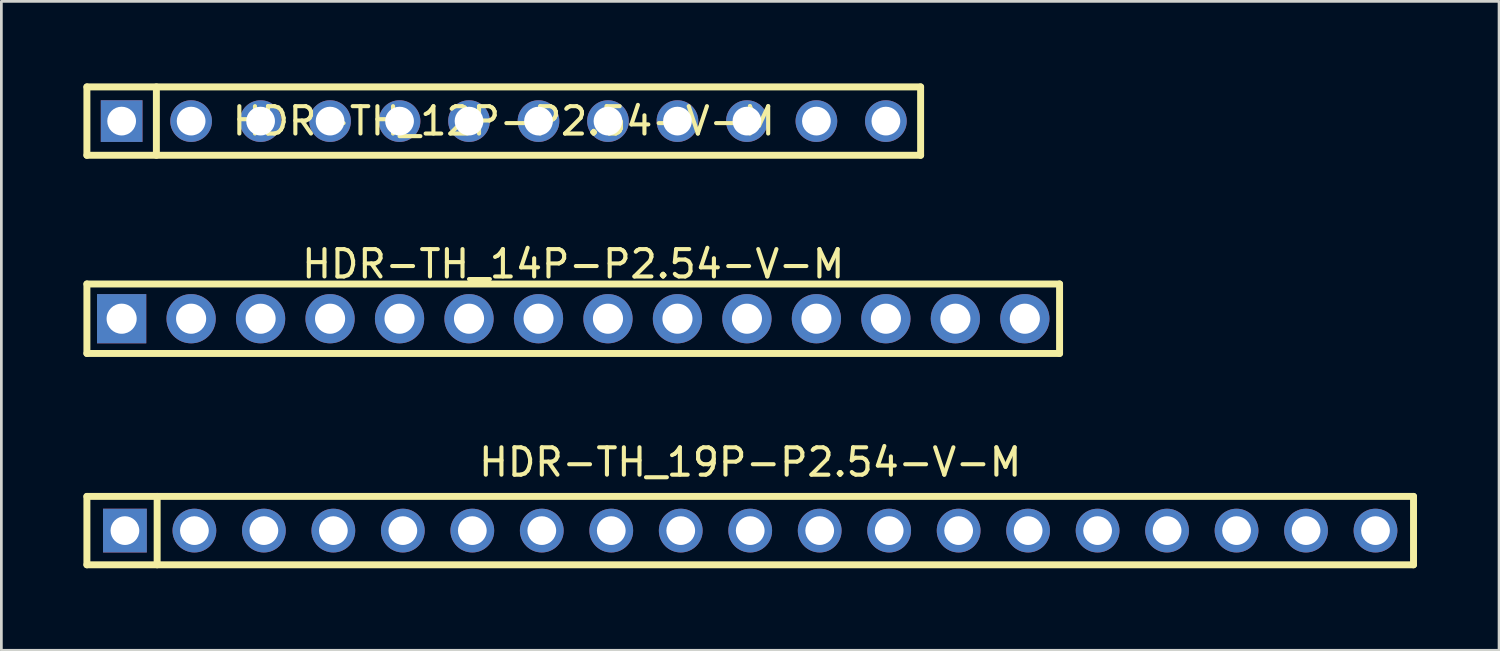
<source format=kicad_pcb>
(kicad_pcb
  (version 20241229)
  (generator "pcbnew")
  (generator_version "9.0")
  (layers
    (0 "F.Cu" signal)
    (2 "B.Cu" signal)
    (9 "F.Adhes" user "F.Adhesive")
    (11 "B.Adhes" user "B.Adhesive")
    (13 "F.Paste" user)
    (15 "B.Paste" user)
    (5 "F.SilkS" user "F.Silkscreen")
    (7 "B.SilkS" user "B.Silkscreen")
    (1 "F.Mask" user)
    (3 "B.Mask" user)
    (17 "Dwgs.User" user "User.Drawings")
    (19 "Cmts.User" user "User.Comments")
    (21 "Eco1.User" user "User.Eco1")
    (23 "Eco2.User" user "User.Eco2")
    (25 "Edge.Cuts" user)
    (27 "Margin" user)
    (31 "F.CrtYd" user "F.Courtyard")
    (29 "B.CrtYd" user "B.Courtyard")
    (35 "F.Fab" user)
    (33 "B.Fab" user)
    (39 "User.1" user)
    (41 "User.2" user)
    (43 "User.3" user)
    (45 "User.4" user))
  (footprint "HDR-TH_12P-P2.54-V-M"
    (layer "F.Cu")
    (at 15.367 1.377)
    (property "Reference" "HDR-TH_12P-P2.54-V-M" (at 0 0 0) (layer "F.SilkS") (effects (font (size 1 1) (thickness 0.15))))
    (fp_line (start -15.24 -1.25) (end -15.24 1.25) (stroke (width 0.254) (type default)) (layer "F.SilkS"))
    (fp_line (start -15.24 1.25) (end 15.24 1.25) (stroke (width 0.254) (type default)) (layer "F.SilkS"))
    (fp_line (start -12.7 -1.25) (end -12.7 1.25) (stroke (width 0.254) (type default)) (layer "F.SilkS"))
    (fp_line (start 15.24 -1.25) (end -15.24 -1.25) (stroke (width 0.254) (type default)) (layer "F.SilkS"))
    (fp_line (start 15.24 1.25) (end 15.24 -1.25) (stroke (width 0.254) (type default)) (layer "F.SilkS"))
    (fp_poly (pts (xy -14.29 -0.32) (xy -13.65 -0.32) (xy -13.65 0.32) (xy -14.29 0.32)) (stroke (width 0.1) (type default)) (fill no) (layer "User.1"))
    (fp_poly (pts (xy -11.75 -0.32) (xy -11.11 -0.32) (xy -11.11 0.32) (xy -11.75 0.32)) (stroke (width 0.1) (type default)) (fill no) (layer "User.1"))
    (fp_poly (pts (xy -9.21 -0.32) (xy -8.57 -0.32) (xy -8.57 0.32) (xy -9.21 0.32)) (stroke (width 0.1) (type default)) (fill no) (layer "User.1"))
    (fp_poly (pts (xy -6.67 -0.32) (xy -6.03 -0.32) (xy -6.03 0.32) (xy -6.67 0.32)) (stroke (width 0.1) (type default)) (fill no) (layer "User.1"))
    (fp_poly (pts (xy -4.13 -0.32) (xy -3.49 -0.32) (xy -3.49 0.32) (xy -4.13 0.32)) (stroke (width 0.1) (type default)) (fill no) (layer "User.1"))
    (fp_poly (pts (xy -1.59 -0.32) (xy -0.95 -0.32) (xy -0.95 0.32) (xy -1.59 0.32)) (stroke (width 0.1) (type default)) (fill no) (layer "User.1"))
    (fp_poly (pts (xy 0.95 -0.32) (xy 1.59 -0.32) (xy 1.59 0.32) (xy 0.95 0.32)) (stroke (width 0.1) (type default)) (fill no) (layer "User.1"))
    (fp_poly (pts (xy 3.49 -0.32) (xy 4.13 -0.32) (xy 4.13 0.32) (xy 3.49 0.32)) (stroke (width 0.1) (type default)) (fill no) (layer "User.1"))
    (fp_poly (pts (xy 6.03 -0.32) (xy 6.67 -0.32) (xy 6.67 0.32) (xy 6.03 0.32)) (stroke (width 0.1) (type default)) (fill no) (layer "User.1"))
    (fp_poly (pts (xy 8.57 -0.32) (xy 9.21 -0.32) (xy 9.21 0.32) (xy 8.57 0.32)) (stroke (width 0.1) (type default)) (fill no) (layer "User.1"))
    (fp_poly (pts (xy 11.11 -0.32) (xy 11.75 -0.32) (xy 11.75 0.32) (xy 11.11 0.32)) (stroke (width 0.1) (type default)) (fill no) (layer "User.1"))
    (fp_poly (pts (xy 13.65 -0.32) (xy 14.29 -0.32) (xy 14.29 0.32) (xy 13.65 0.32)) (stroke (width 0.1) (type default)) (fill no) (layer "User.1"))
    (fp_line (start -15.24 -1.25) (end 15.24 -1.25) (stroke (width 0.051) (type default)) (layer "User.2"))
    (fp_line (start -15.24 1.25) (end -15.24 -1.25) (stroke (width 0.051) (type default)) (layer "User.2"))
    (fp_line (start 15.24 -1.25) (end 15.24 1.25) (stroke (width 0.051) (type default)) (layer "User.2"))
    (fp_line (start 15.24 1.25) (end -15.24 1.25) (stroke (width 0.051) (type default)) (layer "User.2"))
    (fp_poly (pts (xy -15.18 1.25) (xy -15.198 1.208) (xy -15.24 1.19) (xy -15.282 1.208) (xy -15.3 1.25) (xy -15.282 1.292) (xy -15.24 1.31) (xy -15.198 1.292)) (stroke (width 0.1) (type default)) (fill no) (layer "User.3"))
    (pad "1" thru_hole rect (at -13.97 0) (size 1.524 1.524) (drill 1.05) (layers "*.Cu" "*.Mask"))
    (pad "2" thru_hole circle (at -11.43 0) (size 1.524 1.524) (drill 1.05) (layers "*.Cu" "*.Mask"))
    (pad "3" thru_hole circle (at -8.89 0) (size 1.524 1.524) (drill 1.05) (layers "*.Cu" "*.Mask"))
    (pad "4" thru_hole circle (at -6.35 0) (size 1.524 1.524) (drill 1.05) (layers "*.Cu" "*.Mask"))
    (pad "5" thru_hole circle (at -3.81 0) (size 1.524 1.524) (drill 1.05) (layers "*.Cu" "*.Mask"))
    (pad "6" thru_hole circle (at -1.27 0) (size 1.524 1.524) (drill 1.05) (layers "*.Cu" "*.Mask"))
    (pad "7" thru_hole circle (at 1.27 0) (size 1.524 1.524) (drill 1.05) (layers "*.Cu" "*.Mask"))
    (pad "8" thru_hole circle (at 3.81 0) (size 1.524 1.524) (drill 1.05) (layers "*.Cu" "*.Mask"))
    (pad "9" thru_hole circle (at 6.35 0) (size 1.524 1.524) (drill 1.05) (layers "*.Cu" "*.Mask"))
    (pad "10" thru_hole circle (at 8.89 0) (size 1.524 1.524) (drill 1.05) (layers "*.Cu" "*.Mask"))
    (pad "11" thru_hole circle (at 11.43 0) (size 1.524 1.524) (drill 1.05) (layers "*.Cu" "*.Mask"))
    (pad "12" thru_hole circle (at 13.97 0) (size 1.524 1.524) (drill 1.05) (layers "*.Cu" "*.Mask")))
  (footprint "HDR-TH_14P-P2.54-V-M"
    (layer "F.Cu")
    (at 17.907 8.602)
    (property "Reference" "HDR-TH_14P-P2.54-V-M" (at 0 -2 0) (layer "F.SilkS") (effects (font (size 1 1) (thickness 0.15))))
    (fp_line (start -17.78 -1.27) (end -17.78 1.27) (stroke (width 0.254) (type default)) (layer "F.SilkS"))
    (fp_line (start -17.78 -1.27) (end 17.78 -1.27) (stroke (width 0.254) (type default)) (layer "F.SilkS"))
    (fp_line (start -17.78 1.27) (end 17.78 1.27) (stroke (width 0.254) (type default)) (layer "F.SilkS"))
    (fp_line (start 17.78 -1.27) (end 17.78 1.27) (stroke (width 0.254) (type default)) (layer "F.SilkS"))
    (fp_poly (pts (xy -16.83 -0.32) (xy -16.19 -0.32) (xy -16.19 0.32) (xy -16.83 0.32)) (stroke (width 0.1) (type default)) (fill no) (layer "User.1"))
    (fp_poly (pts (xy -14.29 -0.32) (xy -13.65 -0.32) (xy -13.65 0.32) (xy -14.29 0.32)) (stroke (width 0.1) (type default)) (fill no) (layer "User.1"))
    (fp_poly (pts (xy -11.75 -0.32) (xy -11.11 -0.32) (xy -11.11 0.32) (xy -11.75 0.32)) (stroke (width 0.1) (type default)) (fill no) (layer "User.1"))
    (fp_poly (pts (xy -9.21 -0.32) (xy -8.57 -0.32) (xy -8.57 0.32) (xy -9.21 0.32)) (stroke (width 0.1) (type default)) (fill no) (layer "User.1"))
    (fp_poly (pts (xy -6.67 -0.32) (xy -6.03 -0.32) (xy -6.03 0.32) (xy -6.67 0.32)) (stroke (width 0.1) (type default)) (fill no) (layer "User.1"))
    (fp_poly (pts (xy -4.13 -0.32) (xy -3.49 -0.32) (xy -3.49 0.32) (xy -4.13 0.32)) (stroke (width 0.1) (type default)) (fill no) (layer "User.1"))
    (fp_poly (pts (xy -1.59 -0.32) (xy -0.95 -0.32) (xy -0.95 0.32) (xy -1.59 0.32)) (stroke (width 0.1) (type default)) (fill no) (layer "User.1"))
    (fp_poly (pts (xy 0.95 -0.32) (xy 1.59 -0.32) (xy 1.59 0.32) (xy 0.95 0.32)) (stroke (width 0.1) (type default)) (fill no) (layer "User.1"))
    (fp_poly (pts (xy 3.49 -0.32) (xy 4.13 -0.32) (xy 4.13 0.32) (xy 3.49 0.32)) (stroke (width 0.1) (type default)) (fill no) (layer "User.1"))
    (fp_poly (pts (xy 6.03 -0.32) (xy 6.67 -0.32) (xy 6.67 0.32) (xy 6.03 0.32)) (stroke (width 0.1) (type default)) (fill no) (layer "User.1"))
    (fp_poly (pts (xy 8.57 -0.32) (xy 9.21 -0.32) (xy 9.21 0.32) (xy 8.57 0.32)) (stroke (width 0.1) (type default)) (fill no) (layer "User.1"))
    (fp_poly (pts (xy 11.11 -0.32) (xy 11.75 -0.32) (xy 11.75 0.32) (xy 11.11 0.32)) (stroke (width 0.1) (type default)) (fill no) (layer "User.1"))
    (fp_poly (pts (xy 13.65 -0.32) (xy 14.29 -0.32) (xy 14.29 0.32) (xy 13.65 0.32)) (stroke (width 0.1) (type default)) (fill no) (layer "User.1"))
    (fp_poly (pts (xy 16.19 -0.32) (xy 16.83 -0.32) (xy 16.83 0.32) (xy 16.19 0.32)) (stroke (width 0.1) (type default)) (fill no) (layer "User.1"))
    (fp_line (start -17.78 -1.27) (end 17.78 -1.27) (stroke (width 0.051) (type default)) (layer "User.2"))
    (fp_line (start -17.78 1.27) (end -17.78 -1.27) (stroke (width 0.051) (type default)) (layer "User.2"))
    (fp_line (start 17.78 -1.27) (end 17.78 1.27) (stroke (width 0.051) (type default)) (layer "User.2"))
    (fp_line (start 17.78 1.27) (end -17.78 1.27) (stroke (width 0.051) (type default)) (layer "User.2"))
    (fp_poly (pts (xy -17.72 1.27) (xy -17.738 1.228) (xy -17.78 1.21) (xy -17.822 1.228) (xy -17.84 1.27) (xy -17.822 1.312) (xy -17.78 1.33) (xy -17.738 1.312)) (stroke (width 0.1) (type default)) (fill no) (layer "User.3"))
    (pad "1" thru_hole rect (at -16.51 0) (size 1.8 1.8) (drill 1.1) (layers "*.Cu" "*.Mask"))
    (pad "2" thru_hole circle (at -13.97 0) (size 1.8 1.8) (drill 1.1) (layers "*.Cu" "*.Mask"))
    (pad "3" thru_hole circle (at -11.43 0) (size 1.8 1.8) (drill 1.1) (layers "*.Cu" "*.Mask"))
    (pad "4" thru_hole circle (at -8.89 0) (size 1.8 1.8) (drill 1.1) (layers "*.Cu" "*.Mask"))
    (pad "5" thru_hole circle (at -6.35 0) (size 1.8 1.8) (drill 1.1) (layers "*.Cu" "*.Mask"))
    (pad "6" thru_hole circle (at -3.81 0) (size 1.8 1.8) (drill 1.1) (layers "*.Cu" "*.Mask"))
    (pad "7" thru_hole circle (at -1.27 0) (size 1.8 1.8) (drill 1.1) (layers "*.Cu" "*.Mask"))
    (pad "8" thru_hole circle (at 1.27 0) (size 1.8 1.8) (drill 1.1) (layers "*.Cu" "*.Mask"))
    (pad "9" thru_hole circle (at 3.81 0) (size 1.8 1.8) (drill 1.1) (layers "*.Cu" "*.Mask"))
    (pad "10" thru_hole circle (at 6.35 0) (size 1.8 1.8) (drill 1.1) (layers "*.Cu" "*.Mask"))
    (pad "11" thru_hole circle (at 8.89 0) (size 1.8 1.8) (drill 1.1) (layers "*.Cu" "*.Mask"))
    (pad "12" thru_hole circle (at 11.43 0) (size 1.8 1.8) (drill 1.1) (layers "*.Cu" "*.Mask"))
    (pad "13" thru_hole circle (at 13.97 0) (size 1.8 1.8) (drill 1.1) (layers "*.Cu" "*.Mask"))
    (pad "14" thru_hole circle (at 16.51 0) (size 1.8 1.8) (drill 1.1) (layers "*.Cu" "*.Mask")))
  (footprint "HDR-TH_19P-P2.54-V-M"
    (layer "F.Cu")
    (at 24.377 16.348)
    (property "Reference" "HDR-TH_19P-P2.54-V-M" (at 0 -2.5 0) (layer "F.SilkS") (effects (font (size 1 1) (thickness 0.15))))
    (fp_line (start -24.25 -1.25) (end 24.25 -1.25) (stroke (width 0.254) (type default)) (layer "F.SilkS"))
    (fp_line (start -24.25 1.25) (end -24.25 -1.25) (stroke (width 0.254) (type default)) (layer "F.SilkS"))
    (fp_line (start -24.25 1.25) (end 24.25 1.25) (stroke (width 0.254) (type default)) (layer "F.SilkS"))
    (fp_line (start -21.682 -1.25) (end -21.682 1.25) (stroke (width 0.254) (type default)) (layer "F.SilkS"))
    (fp_line (start 24.25 1.25) (end 24.25 -1.25) (stroke (width 0.254) (type default)) (layer "F.SilkS"))
    (fp_poly (pts (xy -23.18 -0.32) (xy -22.54 -0.32) (xy -22.54 0.32) (xy -23.18 0.32)) (stroke (width 0.1) (type default)) (fill no) (layer "User.1"))
    (fp_poly (pts (xy -20.64 -0.32) (xy -20 -0.32) (xy -20 0.32) (xy -20.64 0.32)) (stroke (width 0.1) (type default)) (fill no) (layer "User.1"))
    (fp_poly (pts (xy -18.1 -0.32) (xy -17.46 -0.32) (xy -17.46 0.32) (xy -18.1 0.32)) (stroke (width 0.1) (type default)) (fill no) (layer "User.1"))
    (fp_poly (pts (xy -15.56 -0.32) (xy -14.92 -0.32) (xy -14.92 0.32) (xy -15.56 0.32)) (stroke (width 0.1) (type default)) (fill no) (layer "User.1"))
    (fp_poly (pts (xy -13.02 -0.32) (xy -12.38 -0.32) (xy -12.38 0.32) (xy -13.02 0.32)) (stroke (width 0.1) (type default)) (fill no) (layer "User.1"))
    (fp_poly (pts (xy -10.48 -0.32) (xy -9.84 -0.32) (xy -9.84 0.32) (xy -10.48 0.32)) (stroke (width 0.1) (type default)) (fill no) (layer "User.1"))
    (fp_poly (pts (xy -7.94 -0.32) (xy -7.3 -0.32) (xy -7.3 0.32) (xy -7.94 0.32)) (stroke (width 0.1) (type default)) (fill no) (layer "User.1"))
    (fp_poly (pts (xy -5.4 -0.32) (xy -4.76 -0.32) (xy -4.76 0.32) (xy -5.4 0.32)) (stroke (width 0.1) (type default)) (fill no) (layer "User.1"))
    (fp_poly (pts (xy -2.86 -0.32) (xy -2.22 -0.32) (xy -2.22 0.32) (xy -2.86 0.32)) (stroke (width 0.1) (type default)) (fill no) (layer "User.1"))
    (fp_poly (pts (xy -0.32 -0.32) (xy 0.32 -0.32) (xy 0.32 0.32) (xy -0.32 0.32)) (stroke (width 0.1) (type default)) (fill no) (layer "User.1"))
    (fp_poly (pts (xy 2.22 -0.32) (xy 2.86 -0.32) (xy 2.86 0.32) (xy 2.22 0.32)) (stroke (width 0.1) (type default)) (fill no) (layer "User.1"))
    (fp_poly (pts (xy 4.76 -0.32) (xy 5.4 -0.32) (xy 5.4 0.32) (xy 4.76 0.32)) (stroke (width 0.1) (type default)) (fill no) (layer "User.1"))
    (fp_poly (pts (xy 7.3 -0.32) (xy 7.94 -0.32) (xy 7.94 0.32) (xy 7.3 0.32)) (stroke (width 0.1) (type default)) (fill no) (layer "User.1"))
    (fp_poly (pts (xy 9.84 -0.32) (xy 10.48 -0.32) (xy 10.48 0.32) (xy 9.84 0.32)) (stroke (width 0.1) (type default)) (fill no) (layer "User.1"))
    (fp_poly (pts (xy 12.38 -0.32) (xy 13.02 -0.32) (xy 13.02 0.32) (xy 12.38 0.32)) (stroke (width 0.1) (type default)) (fill no) (layer "User.1"))
    (fp_poly (pts (xy 14.92 -0.32) (xy 15.56 -0.32) (xy 15.56 0.32) (xy 14.92 0.32)) (stroke (width 0.1) (type default)) (fill no) (layer "User.1"))
    (fp_poly (pts (xy 17.46 -0.32) (xy 18.1 -0.32) (xy 18.1 0.32) (xy 17.46 0.32)) (stroke (width 0.1) (type default)) (fill no) (layer "User.1"))
    (fp_poly (pts (xy 20 -0.32) (xy 20.64 -0.32) (xy 20.64 0.32) (xy 20 0.32)) (stroke (width 0.1) (type default)) (fill no) (layer "User.1"))
    (fp_poly (pts (xy 22.54 -0.32) (xy 23.18 -0.32) (xy 23.18 0.32) (xy 22.54 0.32)) (stroke (width 0.1) (type default)) (fill no) (layer "User.1"))
    (fp_line (start -24.13 -1.25) (end 24.13 -1.25) (stroke (width 0.051) (type default)) (layer "User.2"))
    (fp_line (start -24.13 1.25) (end -24.13 -1.25) (stroke (width 0.051) (type default)) (layer "User.2"))
    (fp_line (start 24.13 -1.25) (end 24.13 1.25) (stroke (width 0.051) (type default)) (layer "User.2"))
    (fp_line (start 24.13 1.25) (end -24.13 1.25) (stroke (width 0.051) (type default)) (layer "User.2"))
    (fp_poly (pts (xy -24.07 1.25) (xy -24.088 1.208) (xy -24.13 1.19) (xy -24.172 1.208) (xy -24.19 1.25) (xy -24.172 1.292) (xy -24.13 1.31) (xy -24.088 1.292)) (stroke (width 0.1) (type default)) (fill no) (layer "User.3"))
    (pad "1" thru_hole rect (at -22.86 0) (size 1.6 1.6) (drill 1.05) (layers "*.Cu" "*.Mask"))
    (pad "2" thru_hole circle (at -20.32 0) (size 1.6 1.6) (drill 1.05) (layers "*.Cu" "*.Mask"))
    (pad "3" thru_hole circle (at -17.78 0) (size 1.6 1.6) (drill 1.05) (layers "*.Cu" "*.Mask"))
    (pad "4" thru_hole circle (at -15.24 0) (size 1.6 1.6) (drill 1.05) (layers "*.Cu" "*.Mask"))
    (pad "5" thru_hole circle (at -12.7 0) (size 1.6 1.6) (drill 1.05) (layers "*.Cu" "*.Mask"))
    (pad "6" thru_hole circle (at -10.16 0) (size 1.6 1.6) (drill 1.05) (layers "*.Cu" "*.Mask"))
    (pad "7" thru_hole circle (at -7.62 0) (size 1.6 1.6) (drill 1.05) (layers "*.Cu" "*.Mask"))
    (pad "8" thru_hole circle (at -5.08 0) (size 1.6 1.6) (drill 1.05) (layers "*.Cu" "*.Mask"))
    (pad "9" thru_hole circle (at -2.54 0) (size 1.6 1.6) (drill 1.05) (layers "*.Cu" "*.Mask"))
    (pad "10" thru_hole circle (at 0 0) (size 1.6 1.6) (drill 1.05) (layers "*.Cu" "*.Mask"))
    (pad "11" thru_hole circle (at 2.54 0) (size 1.6 1.6) (drill 1.05) (layers "*.Cu" "*.Mask"))
    (pad "12" thru_hole circle (at 5.08 0) (size 1.6 1.6) (drill 1.05) (layers "*.Cu" "*.Mask"))
    (pad "13" thru_hole circle (at 7.62 0) (size 1.6 1.6) (drill 1.05) (layers "*.Cu" "*.Mask"))
    (pad "14" thru_hole circle (at 10.16 0) (size 1.6 1.6) (drill 1.05) (layers "*.Cu" "*.Mask"))
    (pad "15" thru_hole circle (at 12.7 0) (size 1.6 1.6) (drill 1.05) (layers "*.Cu" "*.Mask"))
    (pad "16" thru_hole circle (at 15.24 0) (size 1.6 1.6) (drill 1.05) (layers "*.Cu" "*.Mask"))
    (pad "17" thru_hole circle (at 17.78 0) (size 1.6 1.6) (drill 1.05) (layers "*.Cu" "*.Mask"))
    (pad "18" thru_hole circle (at 20.32 0) (size 1.6 1.6) (drill 1.05) (layers "*.Cu" "*.Mask"))
    (pad "19" thru_hole circle (at 22.86 0) (size 1.6 1.6) (drill 1.05) (layers "*.Cu" "*.Mask")))
  (gr_rect
    (start -3 -3)
    (end 51.754 20.724)
    (stroke (width 0.1) (type default))
    (fill no)
    (layer "Edge.Cuts")))
</source>
